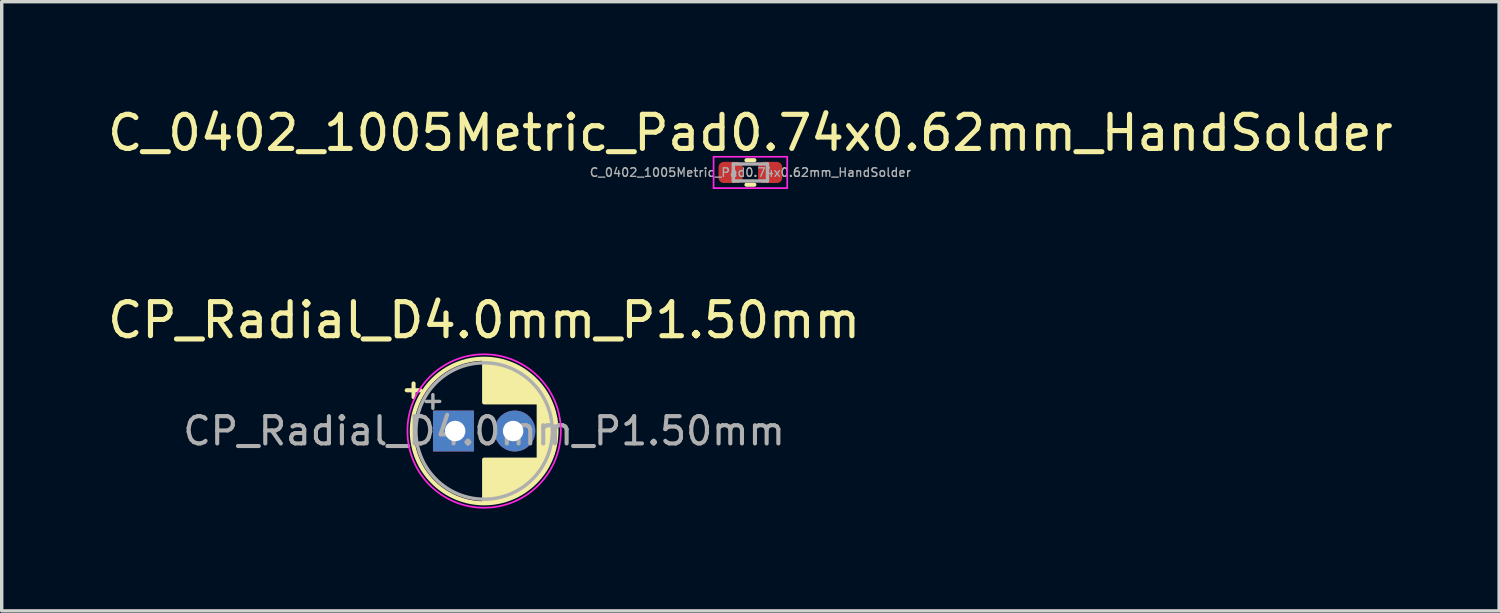
<source format=kicad_pcb>
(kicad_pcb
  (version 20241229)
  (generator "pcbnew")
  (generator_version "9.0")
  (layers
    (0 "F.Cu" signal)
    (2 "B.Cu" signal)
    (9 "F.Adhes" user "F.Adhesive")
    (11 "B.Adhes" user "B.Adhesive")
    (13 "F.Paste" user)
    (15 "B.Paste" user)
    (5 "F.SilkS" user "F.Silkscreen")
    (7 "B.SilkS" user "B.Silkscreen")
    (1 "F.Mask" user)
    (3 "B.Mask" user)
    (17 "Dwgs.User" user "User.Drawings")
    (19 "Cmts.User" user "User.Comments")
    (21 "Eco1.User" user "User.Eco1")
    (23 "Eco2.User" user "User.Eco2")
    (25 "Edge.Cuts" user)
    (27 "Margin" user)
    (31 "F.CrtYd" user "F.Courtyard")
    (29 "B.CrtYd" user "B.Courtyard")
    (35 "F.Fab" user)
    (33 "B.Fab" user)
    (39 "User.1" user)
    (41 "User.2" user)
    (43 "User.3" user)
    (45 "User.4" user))
  (footprint "C_0402_1005Metric_Pad0.74x0.62mm_HandSolder"
    (layer "F.Cu")
    (at 18.958 2.008)
    (property "Reference" "C_0402_1005Metric_Pad0.74x0.62mm_HandSolder" (at 0 -1.16 0) (layer "F.SilkS") (effects (font (size 1 1) (thickness 0.15))))
    (attr smd)
    (fp_line (start -0.116 -0.36) (end 0.116 -0.36) (stroke (width 0.12) (type solid)) (layer "F.SilkS"))
    (fp_line (start -0.116 0.36) (end 0.116 0.36) (stroke (width 0.12) (type solid)) (layer "F.SilkS"))
    (fp_line (start -1.08 -0.46) (end 1.08 -0.46) (stroke (width 0.05) (type solid)) (layer "F.CrtYd"))
    (fp_line (start -1.08 0.46) (end -1.08 -0.46) (stroke (width 0.05) (type solid)) (layer "F.CrtYd"))
    (fp_line (start 1.08 -0.46) (end 1.08 0.46) (stroke (width 0.05) (type solid)) (layer "F.CrtYd"))
    (fp_line (start 1.08 0.46) (end -1.08 0.46) (stroke (width 0.05) (type solid)) (layer "F.CrtYd"))
    (fp_line (start -0.5 -0.25) (end 0.5 -0.25) (stroke (width 0.1) (type solid)) (layer "F.Fab"))
    (fp_line (start -0.5 0.25) (end -0.5 -0.25) (stroke (width 0.1) (type solid)) (layer "F.Fab"))
    (fp_line (start 0.5 -0.25) (end 0.5 0.25) (stroke (width 0.1) (type solid)) (layer "F.Fab"))
    (fp_line (start 0.5 0.25) (end -0.5 0.25) (stroke (width 0.1) (type solid)) (layer "F.Fab"))
    (fp_text user "${REFERENCE}" (at 0 0 0) (layer "F.Fab") (effects (font (size 0.25 0.25) (thickness 0.04))))
    (pad "1" smd roundrect (at -0.58 0) (size 0.71 0.62) (layers "F.Cu" "F.Mask" "F.Paste") (roundrect_rratio 0.25))
    (pad "2" smd roundrect (at 0.58 0) (size 0.71 0.62) (layers "F.Cu" "F.Mask" "F.Paste") (roundrect_rratio 0.25)))
  (footprint "CP_Radial_D4.0mm_P1.50mm"
    (layer "F.Cu")
    (at 10.399 9.591)
    (property "Reference" "CP_Radial_D4.0mm_P1.50mm" (at 0.75 -3.25 0) (layer "F.SilkS") (effects (font (size 1 1) (thickness 0.15))))
    (attr through_hole)
    (fp_line (start -1.52 -1.195) (end -1.12 -1.195) (stroke (width 0.12) (type solid)) (layer "F.SilkS"))
    (fp_line (start -1.32 -1.395) (end -1.32 -0.995) (stroke (width 0.12) (type solid)) (layer "F.SilkS"))
    (fp_line (start 0.75 -2.08) (end 0.75 -0.84) (stroke (width 0.12) (type solid)) (layer "F.SilkS"))
    (fp_line (start 0.75 0.84) (end 0.75 2.08) (stroke (width 0.12) (type solid)) (layer "F.SilkS"))
    (fp_line (start 0.79 -2.08) (end 0.79 -0.84) (stroke (width 0.12) (type solid)) (layer "F.SilkS"))
    (fp_line (start 0.79 0.84) (end 0.79 2.08) (stroke (width 0.12) (type solid)) (layer "F.SilkS"))
    (fp_line (start 0.83 -2.079) (end 0.83 -0.84) (stroke (width 0.12) (type solid)) (layer "F.SilkS"))
    (fp_line (start 0.83 0.84) (end 0.83 2.079) (stroke (width 0.12) (type solid)) (layer "F.SilkS"))
    (fp_line (start 0.87 -2.077) (end 0.87 -0.84) (stroke (width 0.12) (type solid)) (layer "F.SilkS"))
    (fp_line (start 0.87 0.84) (end 0.87 2.077) (stroke (width 0.12) (type solid)) (layer "F.SilkS"))
    (fp_line (start 0.91 -2.074) (end 0.91 -0.84) (stroke (width 0.12) (type solid)) (layer "F.SilkS"))
    (fp_line (start 0.91 0.84) (end 0.91 2.074) (stroke (width 0.12) (type solid)) (layer "F.SilkS"))
    (fp_line (start 0.95 -2.071) (end 0.95 -0.84) (stroke (width 0.12) (type solid)) (layer "F.SilkS"))
    (fp_line (start 0.95 0.84) (end 0.95 2.071) (stroke (width 0.12) (type solid)) (layer "F.SilkS"))
    (fp_line (start 0.99 -2.067) (end 0.99 -0.84) (stroke (width 0.12) (type solid)) (layer "F.SilkS"))
    (fp_line (start 0.99 0.84) (end 0.99 2.067) (stroke (width 0.12) (type solid)) (layer "F.SilkS"))
    (fp_line (start 1.03 -2.062) (end 1.03 -0.84) (stroke (width 0.12) (type solid)) (layer "F.SilkS"))
    (fp_line (start 1.03 0.84) (end 1.03 2.062) (stroke (width 0.12) (type solid)) (layer "F.SilkS"))
    (fp_line (start 1.07 -2.056) (end 1.07 -0.84) (stroke (width 0.12) (type solid)) (layer "F.SilkS"))
    (fp_line (start 1.07 0.84) (end 1.07 2.056) (stroke (width 0.12) (type solid)) (layer "F.SilkS"))
    (fp_line (start 1.11 -2.05) (end 1.11 -0.84) (stroke (width 0.12) (type solid)) (layer "F.SilkS"))
    (fp_line (start 1.11 0.84) (end 1.11 2.05) (stroke (width 0.12) (type solid)) (layer "F.SilkS"))
    (fp_line (start 1.15 -2.042) (end 1.15 -0.84) (stroke (width 0.12) (type solid)) (layer "F.SilkS"))
    (fp_line (start 1.15 0.84) (end 1.15 2.042) (stroke (width 0.12) (type solid)) (layer "F.SilkS"))
    (fp_line (start 1.19 -2.034) (end 1.19 -0.84) (stroke (width 0.12) (type solid)) (layer "F.SilkS"))
    (fp_line (start 1.19 0.84) (end 1.19 2.034) (stroke (width 0.12) (type solid)) (layer "F.SilkS"))
    (fp_line (start 1.23 -2.025) (end 1.23 -0.84) (stroke (width 0.12) (type solid)) (layer "F.SilkS"))
    (fp_line (start 1.23 0.84) (end 1.23 2.025) (stroke (width 0.12) (type solid)) (layer "F.SilkS"))
    (fp_line (start 1.27 -2.016) (end 1.27 -0.84) (stroke (width 0.12) (type solid)) (layer "F.SilkS"))
    (fp_line (start 1.27 0.84) (end 1.27 2.016) (stroke (width 0.12) (type solid)) (layer "F.SilkS"))
    (fp_line (start 1.31 -2.005) (end 1.31 -0.84) (stroke (width 0.12) (type solid)) (layer "F.SilkS"))
    (fp_line (start 1.31 0.84) (end 1.31 2.005) (stroke (width 0.12) (type solid)) (layer "F.SilkS"))
    (fp_line (start 1.35 -1.994) (end 1.35 -0.84) (stroke (width 0.12) (type solid)) (layer "F.SilkS"))
    (fp_line (start 1.35 0.84) (end 1.35 1.994) (stroke (width 0.12) (type solid)) (layer "F.SilkS"))
    (fp_line (start 1.39 -1.982) (end 1.39 -0.84) (stroke (width 0.12) (type solid)) (layer "F.SilkS"))
    (fp_line (start 1.39 0.84) (end 1.39 1.982) (stroke (width 0.12) (type solid)) (layer "F.SilkS"))
    (fp_line (start 1.43 -1.968) (end 1.43 -0.84) (stroke (width 0.12) (type solid)) (layer "F.SilkS"))
    (fp_line (start 1.43 0.84) (end 1.43 1.968) (stroke (width 0.12) (type solid)) (layer "F.SilkS"))
    (fp_line (start 1.471 -1.954) (end 1.471 -0.84) (stroke (width 0.12) (type solid)) (layer "F.SilkS"))
    (fp_line (start 1.471 0.84) (end 1.471 1.954) (stroke (width 0.12) (type solid)) (layer "F.SilkS"))
    (fp_line (start 1.511 -1.94) (end 1.511 -0.84) (stroke (width 0.12) (type solid)) (layer "F.SilkS"))
    (fp_line (start 1.511 0.84) (end 1.511 1.94) (stroke (width 0.12) (type solid)) (layer "F.SilkS"))
    (fp_line (start 1.551 -1.924) (end 1.551 -0.84) (stroke (width 0.12) (type solid)) (layer "F.SilkS"))
    (fp_line (start 1.551 0.84) (end 1.551 1.924) (stroke (width 0.12) (type solid)) (layer "F.SilkS"))
    (fp_line (start 1.591 -1.907) (end 1.591 -0.84) (stroke (width 0.12) (type solid)) (layer "F.SilkS"))
    (fp_line (start 1.591 0.84) (end 1.591 1.907) (stroke (width 0.12) (type solid)) (layer "F.SilkS"))
    (fp_line (start 1.631 -1.889) (end 1.631 -0.84) (stroke (width 0.12) (type solid)) (layer "F.SilkS"))
    (fp_line (start 1.631 0.84) (end 1.631 1.889) (stroke (width 0.12) (type solid)) (layer "F.SilkS"))
    (fp_line (start 1.671 -1.87) (end 1.671 -0.84) (stroke (width 0.12) (type solid)) (layer "F.SilkS"))
    (fp_line (start 1.671 0.84) (end 1.671 1.87) (stroke (width 0.12) (type solid)) (layer "F.SilkS"))
    (fp_line (start 1.711 -1.851) (end 1.711 -0.84) (stroke (width 0.12) (type solid)) (layer "F.SilkS"))
    (fp_line (start 1.711 0.84) (end 1.711 1.851) (stroke (width 0.12) (type solid)) (layer "F.SilkS"))
    (fp_line (start 1.751 -1.83) (end 1.751 -0.84) (stroke (width 0.12) (type solid)) (layer "F.SilkS"))
    (fp_line (start 1.751 0.84) (end 1.751 1.83) (stroke (width 0.12) (type solid)) (layer "F.SilkS"))
    (fp_line (start 1.791 -1.808) (end 1.791 -0.84) (stroke (width 0.12) (type solid)) (layer "F.SilkS"))
    (fp_line (start 1.791 0.84) (end 1.791 1.808) (stroke (width 0.12) (type solid)) (layer "F.SilkS"))
    (fp_line (start 1.831 -1.785) (end 1.831 -0.84) (stroke (width 0.12) (type solid)) (layer "F.SilkS"))
    (fp_line (start 1.831 0.84) (end 1.831 1.785) (stroke (width 0.12) (type solid)) (layer "F.SilkS"))
    (fp_line (start 1.871 -1.76) (end 1.871 -0.84) (stroke (width 0.12) (type solid)) (layer "F.SilkS"))
    (fp_line (start 1.871 0.84) (end 1.871 1.76) (stroke (width 0.12) (type solid)) (layer "F.SilkS"))
    (fp_line (start 1.911 -1.735) (end 1.911 -0.84) (stroke (width 0.12) (type solid)) (layer "F.SilkS"))
    (fp_line (start 1.911 0.84) (end 1.911 1.735) (stroke (width 0.12) (type solid)) (layer "F.SilkS"))
    (fp_line (start 1.951 -1.708) (end 1.951 -0.84) (stroke (width 0.12) (type solid)) (layer "F.SilkS"))
    (fp_line (start 1.951 0.84) (end 1.951 1.708) (stroke (width 0.12) (type solid)) (layer "F.SilkS"))
    (fp_line (start 1.991 -1.68) (end 1.991 -0.84) (stroke (width 0.12) (type solid)) (layer "F.SilkS"))
    (fp_line (start 1.991 0.84) (end 1.991 1.68) (stroke (width 0.12) (type solid)) (layer "F.SilkS"))
    (fp_line (start 2.031 -1.65) (end 2.031 -0.84) (stroke (width 0.12) (type solid)) (layer "F.SilkS"))
    (fp_line (start 2.031 0.84) (end 2.031 1.65) (stroke (width 0.12) (type solid)) (layer "F.SilkS"))
    (fp_line (start 2.071 -1.619) (end 2.071 -0.84) (stroke (width 0.12) (type solid)) (layer "F.SilkS"))
    (fp_line (start 2.071 0.84) (end 2.071 1.619) (stroke (width 0.12) (type solid)) (layer "F.SilkS"))
    (fp_line (start 2.111 -1.587) (end 2.111 -0.84) (stroke (width 0.12) (type solid)) (layer "F.SilkS"))
    (fp_line (start 2.111 0.84) (end 2.111 1.587) (stroke (width 0.12) (type solid)) (layer "F.SilkS"))
    (fp_line (start 2.151 -1.552) (end 2.151 -0.84) (stroke (width 0.12) (type solid)) (layer "F.SilkS"))
    (fp_line (start 2.151 0.84) (end 2.151 1.552) (stroke (width 0.12) (type solid)) (layer "F.SilkS"))
    (fp_line (start 2.191 -1.516) (end 2.191 -0.84) (stroke (width 0.12) (type solid)) (layer "F.SilkS"))
    (fp_line (start 2.191 0.84) (end 2.191 1.516) (stroke (width 0.12) (type solid)) (layer "F.SilkS"))
    (fp_line (start 2.231 -1.478) (end 2.231 -0.84) (stroke (width 0.12) (type solid)) (layer "F.SilkS"))
    (fp_line (start 2.231 0.84) (end 2.231 1.478) (stroke (width 0.12) (type solid)) (layer "F.SilkS"))
    (fp_line (start 2.271 -1.438) (end 2.271 -0.84) (stroke (width 0.12) (type solid)) (layer "F.SilkS"))
    (fp_line (start 2.271 0.84) (end 2.271 1.438) (stroke (width 0.12) (type solid)) (layer "F.SilkS"))
    (fp_line (start 2.311 -1.396) (end 2.311 -0.84) (stroke (width 0.12) (type solid)) (layer "F.SilkS"))
    (fp_line (start 2.311 0.84) (end 2.311 1.396) (stroke (width 0.12) (type solid)) (layer "F.SilkS"))
    (fp_line (start 2.351 -1.351) (end 2.351 1.351) (stroke (width 0.12) (type solid)) (layer "F.SilkS"))
    (fp_line (start 2.391 -1.304) (end 2.391 1.304) (stroke (width 0.12) (type solid)) (layer "F.SilkS"))
    (fp_line (start 2.431 -1.254) (end 2.431 1.254) (stroke (width 0.12) (type solid)) (layer "F.SilkS"))
    (fp_line (start 2.471 -1.2) (end 2.471 1.2) (stroke (width 0.12) (type solid)) (layer "F.SilkS"))
    (fp_line (start 2.511 -1.142) (end 2.511 1.142) (stroke (width 0.12) (type solid)) (layer "F.SilkS"))
    (fp_line (start 2.551 -1.08) (end 2.551 1.08) (stroke (width 0.12) (type solid)) (layer "F.SilkS"))
    (fp_line (start 2.591 -1.013) (end 2.591 1.013) (stroke (width 0.12) (type solid)) (layer "F.SilkS"))
    (fp_line (start 2.631 -0.94) (end 2.631 0.94) (stroke (width 0.12) (type solid)) (layer "F.SilkS"))
    (fp_line (start 2.671 -0.859) (end 2.671 0.859) (stroke (width 0.12) (type solid)) (layer "F.SilkS"))
    (fp_line (start 2.711 -0.768) (end 2.711 0.768) (stroke (width 0.12) (type solid)) (layer "F.SilkS"))
    (fp_line (start 2.751 -0.664) (end 2.751 0.664) (stroke (width 0.12) (type solid)) (layer "F.SilkS"))
    (fp_line (start 2.791 -0.537) (end 2.791 0.537) (stroke (width 0.12) (type solid)) (layer "F.SilkS"))
    (fp_line (start 2.831 -0.37) (end 2.831 0.37) (stroke (width 0.12) (type solid)) (layer "F.SilkS"))
    (fp_circle (center 0.75 0) (end 2.87 0) (stroke (width 0.12) (type solid)) (fill no) (layer "F.SilkS"))
    (fp_circle (center 0.75 0) (end 3 0) (stroke (width 0.05) (type solid)) (fill no) (layer "F.CrtYd"))
    (fp_line (start -0.953 -0.868) (end -0.553 -0.868) (stroke (width 0.1) (type solid)) (layer "F.Fab"))
    (fp_line (start -0.753 -1.067) (end -0.753 -0.667) (stroke (width 0.1) (type solid)) (layer "F.Fab"))
    (fp_circle (center 0.75 0) (end 2.75 0) (stroke (width 0.1) (type solid)) (fill no) (layer "F.Fab"))
    (fp_text user "${REFERENCE}" (at 0.75 0 0) (layer "F.Fab") (effects (font (size 0.8 0.8) (thickness 0.12))))
    (pad "1" thru_hole rect (at -0.1 0) (size 1.2 1.2) (drill 0.6 (offset -0.05 0)) (layers "*.Cu" "*.Mask"))
    (pad "2" thru_hole oval (at 1.6 0) (size 1.2 1.2) (drill 0.6 (offset 0.05 0)) (layers "*.Cu" "*.Mask")))
  (gr_rect
    (start -3 -3)
    (end 40.917 14.867)
    (stroke (width 0.1) (type default))
    (fill no)
    (layer "Edge.Cuts")))
</source>
